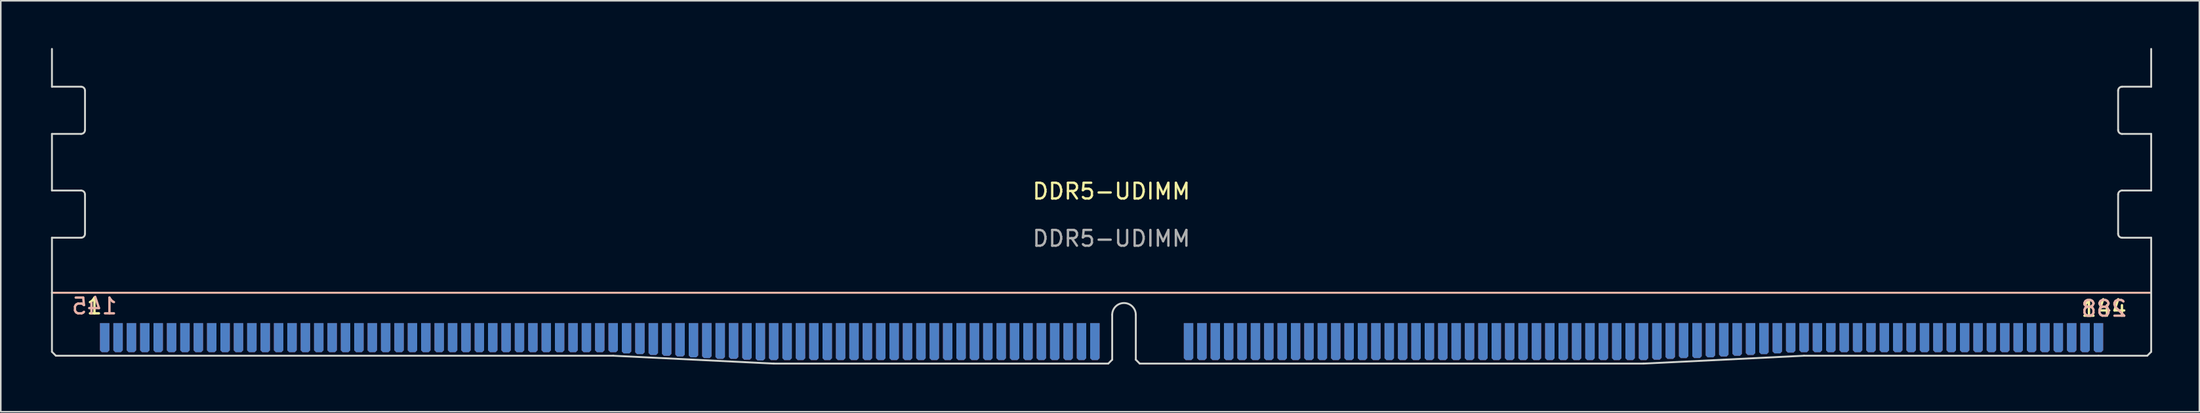
<source format=kicad_pcb>
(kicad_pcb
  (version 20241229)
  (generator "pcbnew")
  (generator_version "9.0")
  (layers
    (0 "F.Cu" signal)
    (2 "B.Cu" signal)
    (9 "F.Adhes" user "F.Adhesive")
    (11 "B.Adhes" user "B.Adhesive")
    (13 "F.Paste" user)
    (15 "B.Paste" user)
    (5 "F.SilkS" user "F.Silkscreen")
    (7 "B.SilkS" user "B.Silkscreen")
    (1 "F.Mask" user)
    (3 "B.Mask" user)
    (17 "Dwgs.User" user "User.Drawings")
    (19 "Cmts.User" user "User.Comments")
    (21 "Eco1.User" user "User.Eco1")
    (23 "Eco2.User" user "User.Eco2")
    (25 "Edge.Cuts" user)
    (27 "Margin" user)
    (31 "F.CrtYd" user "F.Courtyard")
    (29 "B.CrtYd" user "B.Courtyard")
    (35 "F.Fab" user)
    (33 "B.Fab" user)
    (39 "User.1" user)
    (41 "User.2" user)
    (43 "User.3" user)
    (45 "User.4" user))
  (footprint "DDR5-UDIMM"
    (layer "F.Cu")
    (at 0.25 12.06)
    (property "Reference" "DDR5-UDIMM" (at 67.3 -2.95 0) (unlocked yes) (layer "F.SilkS") (effects (font (size 1 1) (thickness 0.15))))
    (fp_line (start 133.35 3.5) (end 0 3.5) (stroke (width 0.12) (type solid)) (layer "F.SilkS"))
    (fp_line (start 133.35 3.5) (end 0 3.5) (stroke (width 0.12) (type solid)) (layer "B.SilkS"))
    (fp_line (start 0 -9.6) (end 0 -12) (stroke (width 0.12) (type solid)) (layer "Edge.Cuts"))
    (fp_line (start 0 -6.6) (end 1.85 -6.6) (stroke (width 0.12) (type solid)) (layer "Edge.Cuts"))
    (fp_line (start 0 -3) (end 0 -6.6) (stroke (width 0.12) (type solid)) (layer "Edge.Cuts"))
    (fp_line (start 0 0) (end 0 7.25) (stroke (width 0.12) (type solid)) (layer "Edge.Cuts"))
    (fp_line (start 0 0) (end 1.85 0) (stroke (width 0.12) (type solid)) (layer "Edge.Cuts"))
    (fp_line (start 0.25 7.5) (end 0 7.25) (stroke (width 0.12) (type solid)) (layer "Edge.Cuts"))
    (fp_line (start 0.25 7.5) (end 35.65 7.5) (stroke (width 0.12) (type solid)) (layer "Edge.Cuts"))
    (fp_line (start 1.85 -9.6) (end 0 -9.6) (stroke (width 0.12) (type solid)) (layer "Edge.Cuts"))
    (fp_line (start 1.85 -3) (end 0 -3) (stroke (width 0.12) (type solid)) (layer "Edge.Cuts"))
    (fp_line (start 2.1 -6.85) (end 2.1 -9.35) (stroke (width 0.12) (type solid)) (layer "Edge.Cuts"))
    (fp_line (start 2.1 -0.25) (end 2.1 -2.75) (stroke (width 0.12) (type solid)) (layer "Edge.Cuts"))
    (fp_line (start 35.65 7.5) (end 45.85 8) (stroke (width 0.12) (type solid)) (layer "Edge.Cuts"))
    (fp_line (start 45.85 8) (end 67.1 8) (stroke (width 0.12) (type solid)) (layer "Edge.Cuts"))
    (fp_line (start 67.35 7.75) (end 67.1 8) (stroke (width 0.12) (type solid)) (layer "Edge.Cuts"))
    (fp_line (start 67.35 7.75) (end 67.35 4.9) (stroke (width 0.12) (type solid)) (layer "Edge.Cuts"))
    (fp_line (start 68.85 7.75) (end 68.85 4.9) (stroke (width 0.12) (type solid)) (layer "Edge.Cuts"))
    (fp_line (start 69.1 8) (end 68.85 7.75) (stroke (width 0.12) (type solid)) (layer "Edge.Cuts"))
    (fp_line (start 69.1 8) (end 101.1 8) (stroke (width 0.12) (type solid)) (layer "Edge.Cuts"))
    (fp_line (start 111.3 7.5) (end 101.1 8) (stroke (width 0.12) (type solid)) (layer "Edge.Cuts"))
    (fp_line (start 111.3 7.5) (end 130 7.5) (stroke (width 0.12) (type solid)) (layer "Edge.Cuts"))
    (fp_line (start 130 7.5) (end 133.1 7.5) (stroke (width 0.12) (type solid)) (layer "Edge.Cuts"))
    (fp_line (start 131.25 -6.85) (end 131.25 -9.35) (stroke (width 0.12) (type solid)) (layer "Edge.Cuts"))
    (fp_line (start 131.25 -0.25) (end 131.25 -2.75) (stroke (width 0.12) (type solid)) (layer "Edge.Cuts"))
    (fp_line (start 131.5 -9.6) (end 133.35 -9.6) (stroke (width 0.12) (type solid)) (layer "Edge.Cuts"))
    (fp_line (start 131.5 -3) (end 133.35 -3) (stroke (width 0.12) (type solid)) (layer "Edge.Cuts"))
    (fp_line (start 133.1 7.5) (end 133.35 7.25) (stroke (width 0.12) (type solid)) (layer "Edge.Cuts"))
    (fp_line (start 133.35 -9.6) (end 133.35 -12) (stroke (width 0.12) (type solid)) (layer "Edge.Cuts"))
    (fp_line (start 133.35 -6.6) (end 131.5 -6.6) (stroke (width 0.12) (type solid)) (layer "Edge.Cuts"))
    (fp_line (start 133.35 -3) (end 133.35 -6.6) (stroke (width 0.12) (type solid)) (layer "Edge.Cuts"))
    (fp_line (start 133.35 0) (end 131.5 0) (stroke (width 0.12) (type solid)) (layer "Edge.Cuts"))
    (fp_line (start 133.35 0) (end 133.35 7.25) (stroke (width 0.12) (type solid)) (layer "Edge.Cuts"))
    (fp_arc (start 1.85 -9.6) (mid 2.026777 -9.526777) (end 2.1 -9.35) (stroke (width 0.12) (type solid)) (layer "Edge.Cuts"))
    (fp_arc (start 1.85 -3) (mid 2.026777 -2.926777) (end 2.1 -2.75) (stroke (width 0.12) (type solid)) (layer "Edge.Cuts"))
    (fp_arc (start 2.1 -6.85) (mid 2.026777 -6.673223) (end 1.85 -6.6) (stroke (width 0.12) (type solid)) (layer "Edge.Cuts"))
    (fp_arc (start 2.1 -0.25) (mid 2.026777 -0.073223) (end 1.85 0) (stroke (width 0.12) (type solid)) (layer "Edge.Cuts"))
    (fp_arc (start 67.35 4.9) (mid 68.1 4.15) (end 68.85 4.9) (stroke (width 0.12) (type solid)) (layer "Edge.Cuts"))
    (fp_arc (start 131.25 -9.35) (mid 131.323223 -9.526777) (end 131.5 -9.6) (stroke (width 0.12) (type solid)) (layer "Edge.Cuts"))
    (fp_arc (start 131.25 -2.75) (mid 131.323223 -2.926777) (end 131.5 -3) (stroke (width 0.12) (type solid)) (layer "Edge.Cuts"))
    (fp_arc (start 131.5 -6.6) (mid 131.323223 -6.673223) (end 131.25 -6.85) (stroke (width 0.12) (type solid)) (layer "Edge.Cuts"))
    (fp_arc (start 131.5 0) (mid 131.323223 -0.073223) (end 131.25 -0.25) (stroke (width 0.12) (type solid)) (layer "Edge.Cuts"))
    (fp_text user "1" (at 2.7 4.35 0) (unlocked yes) (layer "F.SilkS") (effects (font (size 1 1) (thickness 0.15))))
    (fp_text user "144" (at 130.35 4.5 0) (unlocked yes) (layer "F.SilkS") (effects (font (size 1 1) (thickness 0.15))))
    (fp_text user "145" (at 2.7 4.35 0) (unlocked yes) (layer "B.SilkS") (effects (font (size 1 1) (thickness 0.15)) (justify mirror)))
    (fp_text user "288" (at 130.35 4.5 0) (unlocked yes) (layer "B.SilkS") (effects (font (size 1 1) (thickness 0.15)) (justify mirror)))
    (fp_text user "${REFERENCE}" (at 67.3 0.05 0) (unlocked yes) (layer "F.Fab") (effects (font (size 1 1) (thickness 0.15))))
    (pad "01" connect roundrect (at 3.35 6.35) (size 0.6 1.85) (layers "F.Cu" "F.Mask") (roundrect_rratio 0) (chamfer_ratio 0.2) (chamfer bottom_left bottom_right))
    (pad "02" connect roundrect (at 4.2 6.35) (size 0.6 1.85) (layers "F.Cu" "F.Mask") (roundrect_rratio 0) (chamfer_ratio 0.2) (chamfer bottom_left bottom_right))
    (pad "03" connect roundrect (at 5.05 6.35) (size 0.6 1.85) (layers "F.Cu" "F.Mask") (roundrect_rratio 0) (chamfer_ratio 0.2) (chamfer bottom_left bottom_right))
    (pad "04" connect roundrect (at 5.9 6.35) (size 0.6 1.85) (layers "F.Cu" "F.Mask") (roundrect_rratio 0) (chamfer_ratio 0.2) (chamfer bottom_left bottom_right))
    (pad "05" connect roundrect (at 6.75 6.35) (size 0.6 1.85) (layers "F.Cu" "F.Mask") (roundrect_rratio 0) (chamfer_ratio 0.2) (chamfer bottom_left bottom_right))
    (pad "06" connect roundrect (at 7.6 6.35) (size 0.6 1.85) (layers "F.Cu" "F.Mask") (roundrect_rratio 0) (chamfer_ratio 0.2) (chamfer bottom_left bottom_right))
    (pad "07" connect roundrect (at 8.45 6.35) (size 0.6 1.85) (layers "F.Cu" "F.Mask") (roundrect_rratio 0) (chamfer_ratio 0.2) (chamfer bottom_left bottom_right))
    (pad "08" connect roundrect (at 9.3 6.35) (size 0.6 1.85) (layers "F.Cu" "F.Mask") (roundrect_rratio 0) (chamfer_ratio 0.2) (chamfer bottom_left bottom_right))
    (pad "09" connect roundrect (at 10.15 6.35) (size 0.6 1.85) (layers "F.Cu" "F.Mask") (roundrect_rratio 0) (chamfer_ratio 0.2) (chamfer bottom_left bottom_right))
    (pad "10" connect roundrect (at 11 6.35) (size 0.6 1.85) (layers "F.Cu" "F.Mask") (roundrect_rratio 0) (chamfer_ratio 0.2) (chamfer bottom_left bottom_right))
    (pad "11" connect roundrect (at 11.85 6.35) (size 0.6 1.85) (layers "F.Cu" "F.Mask") (roundrect_rratio 0) (chamfer_ratio 0.2) (chamfer bottom_left bottom_right))
    (pad "12" connect roundrect (at 12.7 6.35) (size 0.6 1.85) (layers "F.Cu" "F.Mask") (roundrect_rratio 0) (chamfer_ratio 0.2) (chamfer bottom_left bottom_right))
    (pad "13" connect roundrect (at 13.55 6.35) (size 0.6 1.85) (layers "F.Cu" "F.Mask") (roundrect_rratio 0) (chamfer_ratio 0.2) (chamfer bottom_left bottom_right))
    (pad "14" connect roundrect (at 14.4 6.35) (size 0.6 1.85) (layers "F.Cu" "F.Mask") (roundrect_rratio 0) (chamfer_ratio 0.2) (chamfer bottom_left bottom_right))
    (pad "15" connect roundrect (at 15.25 6.35) (size 0.6 1.85) (layers "F.Cu" "F.Mask") (roundrect_rratio 0) (chamfer_ratio 0.2) (chamfer bottom_left bottom_right))
    (pad "16" connect roundrect (at 16.1 6.35) (size 0.6 1.85) (layers "F.Cu" "F.Mask") (roundrect_rratio 0) (chamfer_ratio 0.2) (chamfer bottom_left bottom_right))
    (pad "17" connect roundrect (at 16.95 6.35) (size 0.6 1.85) (layers "F.Cu" "F.Mask") (roundrect_rratio 0) (chamfer_ratio 0.2) (chamfer bottom_left bottom_right))
    (pad "18" connect roundrect (at 17.8 6.35) (size 0.6 1.85) (layers "F.Cu" "F.Mask") (roundrect_rratio 0) (chamfer_ratio 0.2) (chamfer bottom_left bottom_right))
    (pad "19" connect roundrect (at 18.65 6.35) (size 0.6 1.85) (layers "F.Cu" "F.Mask") (roundrect_rratio 0) (chamfer_ratio 0.2) (chamfer bottom_left bottom_right))
    (pad "20" connect roundrect (at 19.5 6.35) (size 0.6 1.85) (layers "F.Cu" "F.Mask") (roundrect_rratio 0) (chamfer_ratio 0.2) (chamfer bottom_left bottom_right))
    (pad "21" connect roundrect (at 20.35 6.35) (size 0.6 1.85) (layers "F.Cu" "F.Mask") (roundrect_rratio 0) (chamfer_ratio 0.2) (chamfer bottom_left bottom_right))
    (pad "22" connect roundrect (at 21.2 6.35) (size 0.6 1.85) (layers "F.Cu" "F.Mask") (roundrect_rratio 0) (chamfer_ratio 0.2) (chamfer bottom_left bottom_right))
    (pad "23" connect roundrect (at 22.05 6.35) (size 0.6 1.85) (layers "F.Cu" "F.Mask") (roundrect_rratio 0) (chamfer_ratio 0.2) (chamfer bottom_left bottom_right))
    (pad "24" connect roundrect (at 22.9 6.35) (size 0.6 1.85) (layers "F.Cu" "F.Mask") (roundrect_rratio 0) (chamfer_ratio 0.2) (chamfer bottom_left bottom_right))
    (pad "25" connect roundrect (at 23.75 6.35) (size 0.6 1.85) (layers "F.Cu" "F.Mask") (roundrect_rratio 0) (chamfer_ratio 0.2) (chamfer bottom_left bottom_right))
    (pad "26" connect roundrect (at 24.6 6.35) (size 0.6 1.85) (layers "F.Cu" "F.Mask") (roundrect_rratio 0) (chamfer_ratio 0.2) (chamfer bottom_left bottom_right))
    (pad "27" connect roundrect (at 25.45 6.35) (size 0.6 1.85) (layers "F.Cu" "F.Mask") (roundrect_rratio 0) (chamfer_ratio 0.2) (chamfer bottom_left bottom_right))
    (pad "28" connect roundrect (at 26.3 6.35) (size 0.6 1.85) (layers "F.Cu" "F.Mask") (roundrect_rratio 0) (chamfer_ratio 0.2) (chamfer bottom_left bottom_right))
    (pad "29" connect roundrect (at 27.15 6.35) (size 0.6 1.85) (layers "F.Cu" "F.Mask") (roundrect_rratio 0) (chamfer_ratio 0.2) (chamfer bottom_left bottom_right))
    (pad "30" connect roundrect (at 28 6.35) (size 0.6 1.85) (layers "F.Cu" "F.Mask") (roundrect_rratio 0) (chamfer_ratio 0.2) (chamfer bottom_left bottom_right))
    (pad "31" connect roundrect (at 28.85 6.35) (size 0.6 1.85) (layers "F.Cu" "F.Mask") (roundrect_rratio 0) (chamfer_ratio 0.2) (chamfer bottom_left bottom_right))
    (pad "32" connect roundrect (at 29.7 6.35) (size 0.6 1.85) (layers "F.Cu" "F.Mask") (roundrect_rratio 0) (chamfer_ratio 0.2) (chamfer bottom_left bottom_right))
    (pad "33" connect roundrect (at 30.55 6.35) (size 0.6 1.85) (layers "F.Cu" "F.Mask") (roundrect_rratio 0) (chamfer_ratio 0.2) (chamfer bottom_left bottom_right))
    (pad "34" connect roundrect (at 31.4 6.35) (size 0.6 1.85) (layers "F.Cu" "F.Mask") (roundrect_rratio 0) (chamfer_ratio 0.2) (chamfer bottom_left bottom_right))
    (pad "35" connect roundrect (at 32.25 6.35) (size 0.6 1.85) (layers "F.Cu" "F.Mask") (roundrect_rratio 0) (chamfer_ratio 0.2) (chamfer bottom_left bottom_right))
    (pad "36" connect roundrect (at 33.1 6.35) (size 0.6 1.85) (layers "F.Cu" "F.Mask") (roundrect_rratio 0) (chamfer_ratio 0.2) (chamfer bottom_left bottom_right))
    (pad "37" connect roundrect (at 33.95 6.35) (size 0.6 1.85) (layers "F.Cu" "F.Mask") (roundrect_rratio 0) (chamfer_ratio 0.2) (chamfer bottom_left bottom_right))
    (pad "38" connect roundrect (at 34.8 6.35) (size 0.6 1.85) (layers "F.Cu" "F.Mask") (roundrect_rratio 0) (chamfer_ratio 0.2) (chamfer bottom_left bottom_right))
    (pad "39" connect roundrect (at 35.65 6.35) (size 0.6 1.85) (layers "F.Cu" "F.Mask") (roundrect_rratio 0) (chamfer_ratio 0.2) (chamfer bottom_left bottom_right))
    (pad "40" connect roundrect (at 36.5 6.388) (size 0.6 1.925) (layers "F.Cu" "F.Mask") (roundrect_rratio 0) (chamfer_ratio 0.2) (chamfer bottom_left bottom_right))
    (pad "41" connect roundrect (at 37.35 6.412) (size 0.6 1.975) (layers "F.Cu" "F.Mask") (roundrect_rratio 0) (chamfer_ratio 0.2) (chamfer bottom_left bottom_right))
    (pad "42" connect roundrect (at 38.2 6.438) (size 0.6 2.025) (layers "F.Cu" "F.Mask") (roundrect_rratio 0) (chamfer_ratio 0.2) (chamfer bottom_left bottom_right))
    (pad "43" connect roundrect (at 39.05 6.463) (size 0.6 2.075) (layers "F.Cu" "F.Mask") (roundrect_rratio 0) (chamfer_ratio 0.2) (chamfer bottom_left bottom_right))
    (pad "44" connect roundrect (at 39.9 6.487) (size 0.6 2.125) (layers "F.Cu" "F.Mask") (roundrect_rratio 0) (chamfer_ratio 0.2) (chamfer bottom_left bottom_right))
    (pad "45" connect roundrect (at 40.75 6.513) (size 0.6 2.175) (layers "F.Cu" "F.Mask") (roundrect_rratio 0) (chamfer_ratio 0.2) (chamfer bottom_left bottom_right))
    (pad "46" connect roundrect (at 41.6 6.537) (size 0.6 2.225) (layers "F.Cu" "F.Mask") (roundrect_rratio 0) (chamfer_ratio 0.2) (chamfer bottom_left bottom_right))
    (pad "47" connect roundrect (at 42.45 6.562) (size 0.6 2.275) (layers "F.Cu" "F.Mask") (roundrect_rratio 0) (chamfer_ratio 0.2) (chamfer bottom_left bottom_right))
    (pad "48" connect roundrect (at 43.3 6.562) (size 0.6 2.275) (layers "F.Cu" "F.Mask") (roundrect_rratio 0) (chamfer_ratio 0.2) (chamfer bottom_left bottom_right))
    (pad "49" connect roundrect (at 44.15 6.588) (size 0.6 2.325) (layers "F.Cu" "F.Mask") (roundrect_rratio 0) (chamfer_ratio 0.2) (chamfer bottom_left bottom_right))
    (pad "50" connect roundrect (at 45 6.612) (size 0.6 2.375) (layers "F.Cu" "F.Mask") (roundrect_rratio 0) (chamfer_ratio 0.2) (chamfer bottom_left bottom_right))
    (pad "51" connect roundrect (at 45.85 6.6) (size 0.6 2.35) (layers "F.Cu" "F.Mask") (roundrect_rratio 0) (chamfer_ratio 0.2) (chamfer bottom_left bottom_right))
    (pad "52" connect roundrect (at 46.7 6.6) (size 0.6 2.35) (layers "F.Cu" "F.Mask") (roundrect_rratio 0) (chamfer_ratio 0.2) (chamfer bottom_left bottom_right))
    (pad "53" connect roundrect (at 47.55 6.6) (size 0.6 2.35) (layers "F.Cu" "F.Mask") (roundrect_rratio 0) (chamfer_ratio 0.2) (chamfer bottom_left bottom_right))
    (pad "54" connect roundrect (at 48.4 6.6) (size 0.6 2.35) (layers "F.Cu" "F.Mask") (roundrect_rratio 0) (chamfer_ratio 0.2) (chamfer bottom_left bottom_right))
    (pad "55" connect roundrect (at 49.25 6.6) (size 0.6 2.35) (layers "F.Cu" "F.Mask") (roundrect_rratio 0) (chamfer_ratio 0.2) (chamfer bottom_left bottom_right))
    (pad "56" connect roundrect (at 50.1 6.6) (size 0.6 2.35) (layers "F.Cu" "F.Mask") (roundrect_rratio 0) (chamfer_ratio 0.2) (chamfer bottom_left bottom_right))
    (pad "57" connect roundrect (at 50.95 6.6) (size 0.6 2.35) (layers "F.Cu" "F.Mask") (roundrect_rratio 0) (chamfer_ratio 0.2) (chamfer bottom_left bottom_right))
    (pad "58" connect roundrect (at 51.8 6.6) (size 0.6 2.35) (layers "F.Cu" "F.Mask") (roundrect_rratio 0) (chamfer_ratio 0.2) (chamfer bottom_left bottom_right))
    (pad "59" connect roundrect (at 52.65 6.6) (size 0.6 2.35) (layers "F.Cu" "F.Mask") (roundrect_rratio 0) (chamfer_ratio 0.2) (chamfer bottom_left bottom_right))
    (pad "60" connect roundrect (at 53.5 6.6) (size 0.6 2.35) (layers "F.Cu" "F.Mask") (roundrect_rratio 0) (chamfer_ratio 0.2) (chamfer bottom_left bottom_right))
    (pad "61" connect roundrect (at 54.35 6.6) (size 0.6 2.35) (layers "F.Cu" "F.Mask") (roundrect_rratio 0) (chamfer_ratio 0.2) (chamfer bottom_left bottom_right))
    (pad "62" connect roundrect (at 55.2 6.6) (size 0.6 2.35) (layers "F.Cu" "F.Mask") (roundrect_rratio 0) (chamfer_ratio 0.2) (chamfer bottom_left bottom_right))
    (pad "63" connect roundrect (at 56.05 6.6) (size 0.6 2.35) (layers "F.Cu" "F.Mask") (roundrect_rratio 0) (chamfer_ratio 0.2) (chamfer bottom_left bottom_right))
    (pad "64" connect roundrect (at 56.9 6.6) (size 0.6 2.35) (layers "F.Cu" "F.Mask") (roundrect_rratio 0) (chamfer_ratio 0.2) (chamfer bottom_left bottom_right))
    (pad "65" connect roundrect (at 57.75 6.6) (size 0.6 2.35) (layers "F.Cu" "F.Mask") (roundrect_rratio 0) (chamfer_ratio 0.2) (chamfer bottom_left bottom_right))
    (pad "66" connect roundrect (at 58.6 6.6) (size 0.6 2.35) (layers "F.Cu" "F.Mask") (roundrect_rratio 0) (chamfer_ratio 0.2) (chamfer bottom_left bottom_right))
    (pad "67" connect roundrect (at 59.45 6.6) (size 0.6 2.35) (layers "F.Cu" "F.Mask") (roundrect_rratio 0) (chamfer_ratio 0.2) (chamfer bottom_left bottom_right))
    (pad "68" connect roundrect (at 60.3 6.6) (size 0.6 2.35) (layers "F.Cu" "F.Mask") (roundrect_rratio 0) (chamfer_ratio 0.2) (chamfer bottom_left bottom_right))
    (pad "69" connect roundrect (at 61.15 6.6) (size 0.6 2.35) (layers "F.Cu" "F.Mask") (roundrect_rratio 0) (chamfer_ratio 0.2) (chamfer bottom_left bottom_right))
    (pad "70" connect roundrect (at 62 6.6) (size 0.6 2.35) (layers "F.Cu" "F.Mask") (roundrect_rratio 0) (chamfer_ratio 0.2) (chamfer bottom_left bottom_right))
    (pad "71" connect roundrect (at 62.85 6.6) (size 0.6 2.35) (layers "F.Cu" "F.Mask") (roundrect_rratio 0) (chamfer_ratio 0.2) (chamfer bottom_left bottom_right))
    (pad "72" connect roundrect (at 63.7 6.6) (size 0.6 2.35) (layers "F.Cu" "F.Mask") (roundrect_rratio 0) (chamfer_ratio 0.2) (chamfer bottom_left bottom_right))
    (pad "73" connect roundrect (at 64.55 6.6) (size 0.6 2.35) (layers "F.Cu" "F.Mask") (roundrect_rratio 0) (chamfer_ratio 0.2) (chamfer bottom_left bottom_right))
    (pad "74" connect roundrect (at 65.4 6.6) (size 0.6 2.35) (layers "F.Cu" "F.Mask") (roundrect_rratio 0) (chamfer_ratio 0.2) (chamfer bottom_left bottom_right))
    (pad "75" connect roundrect (at 66.25 6.6) (size 0.6 2.35) (layers "F.Cu" "F.Mask") (roundrect_rratio 0) (chamfer_ratio 0.2) (chamfer bottom_left bottom_right))
    (pad "76" connect roundrect (at 72.2 6.6) (size 0.6 2.35) (layers "F.Cu" "F.Mask") (roundrect_rratio 0) (chamfer_ratio 0.2) (chamfer bottom_left bottom_right))
    (pad "77" connect roundrect (at 73.05 6.6) (size 0.6 2.35) (layers "F.Cu" "F.Mask") (roundrect_rratio 0) (chamfer_ratio 0.2) (chamfer bottom_left bottom_right))
    (pad "78" connect roundrect (at 73.9 6.6) (size 0.6 2.35) (layers "F.Cu" "F.Mask") (roundrect_rratio 0) (chamfer_ratio 0.2) (chamfer bottom_left bottom_right))
    (pad "79" connect roundrect (at 74.75 6.6) (size 0.6 2.35) (layers "F.Cu" "F.Mask") (roundrect_rratio 0) (chamfer_ratio 0.2) (chamfer bottom_left bottom_right))
    (pad "80" connect roundrect (at 75.6 6.6) (size 0.6 2.35) (layers "F.Cu" "F.Mask") (roundrect_rratio 0) (chamfer_ratio 0.2) (chamfer bottom_left bottom_right))
    (pad "81" connect roundrect (at 76.45 6.6) (size 0.6 2.35) (layers "F.Cu" "F.Mask") (roundrect_rratio 0) (chamfer_ratio 0.2) (chamfer bottom_left bottom_right))
    (pad "82" connect roundrect (at 77.3 6.6) (size 0.6 2.35) (layers "F.Cu" "F.Mask") (roundrect_rratio 0) (chamfer_ratio 0.2) (chamfer bottom_left bottom_right))
    (pad "83" connect roundrect (at 78.15 6.6) (size 0.6 2.35) (layers "F.Cu" "F.Mask") (roundrect_rratio 0) (chamfer_ratio 0.2) (chamfer bottom_left bottom_right))
    (pad "84" connect roundrect (at 79 6.6) (size 0.6 2.35) (layers "F.Cu" "F.Mask") (roundrect_rratio 0) (chamfer_ratio 0.2) (chamfer bottom_left bottom_right))
    (pad "85" connect roundrect (at 79.85 6.6) (size 0.6 2.35) (layers "F.Cu" "F.Mask") (roundrect_rratio 0) (chamfer_ratio 0.2) (chamfer bottom_left bottom_right))
    (pad "86" connect roundrect (at 80.7 6.6) (size 0.6 2.35) (layers "F.Cu" "F.Mask") (roundrect_rratio 0) (chamfer_ratio 0.2) (chamfer bottom_left bottom_right))
    (pad "87" connect roundrect (at 81.55 6.6) (size 0.6 2.35) (layers "F.Cu" "F.Mask") (roundrect_rratio 0) (chamfer_ratio 0.2) (chamfer bottom_left bottom_right))
    (pad "88" connect roundrect (at 82.4 6.6) (size 0.6 2.35) (layers "F.Cu" "F.Mask") (roundrect_rratio 0) (chamfer_ratio 0.2) (chamfer bottom_left bottom_right))
    (pad "89" connect roundrect (at 83.25 6.6) (size 0.6 2.35) (layers "F.Cu" "F.Mask") (roundrect_rratio 0) (chamfer_ratio 0.2) (chamfer bottom_left bottom_right))
    (pad "90" connect roundrect (at 84.1 6.6) (size 0.6 2.35) (layers "F.Cu" "F.Mask") (roundrect_rratio 0) (chamfer_ratio 0.2) (chamfer bottom_left bottom_right))
    (pad "91" connect roundrect (at 84.95 6.6) (size 0.6 2.35) (layers "F.Cu" "F.Mask") (roundrect_rratio 0) (chamfer_ratio 0.2) (chamfer bottom_left bottom_right))
    (pad "92" connect roundrect (at 85.8 6.6) (size 0.6 2.35) (layers "F.Cu" "F.Mask") (roundrect_rratio 0) (chamfer_ratio 0.2) (chamfer bottom_left bottom_right))
    (pad "93" connect roundrect (at 86.65 6.6) (size 0.6 2.35) (layers "F.Cu" "F.Mask") (roundrect_rratio 0) (chamfer_ratio 0.2) (chamfer bottom_left bottom_right))
    (pad "94" connect roundrect (at 87.5 6.6) (size 0.6 2.35) (layers "F.Cu" "F.Mask") (roundrect_rratio 0) (chamfer_ratio 0.2) (chamfer bottom_left bottom_right))
    (pad "95" connect roundrect (at 88.35 6.6) (size 0.6 2.35) (layers "F.Cu" "F.Mask") (roundrect_rratio 0) (chamfer_ratio 0.2) (chamfer bottom_left bottom_right))
    (pad "96" connect roundrect (at 89.2 6.6) (size 0.6 2.35) (layers "F.Cu" "F.Mask") (roundrect_rratio 0) (chamfer_ratio 0.2) (chamfer bottom_left bottom_right))
    (pad "97" connect roundrect (at 90.05 6.6) (size 0.6 2.35) (layers "F.Cu" "F.Mask") (roundrect_rratio 0) (chamfer_ratio 0.2) (chamfer bottom_left bottom_right))
    (pad "98" connect roundrect (at 90.9 6.6) (size 0.6 2.35) (layers "F.Cu" "F.Mask") (roundrect_rratio 0) (chamfer_ratio 0.2) (chamfer bottom_left bottom_right))
    (pad "99" connect roundrect (at 91.75 6.6) (size 0.6 2.35) (layers "F.Cu" "F.Mask") (roundrect_rratio 0) (chamfer_ratio 0.2) (chamfer bottom_left bottom_right))
    (pad "100" connect roundrect (at 92.6 6.6) (size 0.6 2.35) (layers "F.Cu" "F.Mask") (roundrect_rratio 0) (chamfer_ratio 0.2) (chamfer bottom_left bottom_right))
    (pad "101" connect roundrect (at 93.45 6.6) (size 0.6 2.35) (layers "F.Cu" "F.Mask") (roundrect_rratio 0) (chamfer_ratio 0.2) (chamfer bottom_left bottom_right))
    (pad "102" connect roundrect (at 94.3 6.6) (size 0.6 2.35) (layers "F.Cu" "F.Mask") (roundrect_rratio 0) (chamfer_ratio 0.2) (chamfer bottom_left bottom_right))
    (pad "103" connect roundrect (at 95.15 6.6) (size 0.6 2.35) (layers "F.Cu" "F.Mask") (roundrect_rratio 0) (chamfer_ratio 0.2) (chamfer bottom_left bottom_right))
    (pad "104" connect roundrect (at 96 6.6) (size 0.6 2.35) (layers "F.Cu" "F.Mask") (roundrect_rratio 0) (chamfer_ratio 0.2) (chamfer bottom_left bottom_right))
    (pad "105" connect roundrect (at 96.85 6.6) (size 0.6 2.35) (layers "F.Cu" "F.Mask") (roundrect_rratio 0) (chamfer_ratio 0.2) (chamfer bottom_left bottom_right))
    (pad "106" connect roundrect (at 97.7 6.6) (size 0.6 2.35) (layers "F.Cu" "F.Mask") (roundrect_rratio 0) (chamfer_ratio 0.2) (chamfer bottom_left bottom_right))
    (pad "107" connect roundrect (at 98.55 6.6) (size 0.6 2.35) (layers "F.Cu" "F.Mask") (roundrect_rratio 0) (chamfer_ratio 0.2) (chamfer bottom_left bottom_right))
    (pad "108" connect roundrect (at 99.4 6.6) (size 0.6 2.35) (layers "F.Cu" "F.Mask") (roundrect_rratio 0) (chamfer_ratio 0.2) (chamfer bottom_left bottom_right))
    (pad "109" connect roundrect (at 100.25 6.6) (size 0.6 2.35) (layers "F.Cu" "F.Mask") (roundrect_rratio 0) (chamfer_ratio 0.2) (chamfer bottom_left bottom_right))
    (pad "110" connect roundrect (at 101.1 6.6) (size 0.6 2.35) (layers "F.Cu" "F.Mask") (roundrect_rratio 0) (chamfer_ratio 0.2) (chamfer bottom_left bottom_right))
    (pad "111" connect roundrect (at 101.95 6.588) (size 0.6 2.325) (layers "F.Cu" "F.Mask") (roundrect_rratio 0) (chamfer_ratio 0.2) (chamfer bottom_left bottom_right))
    (pad "112" connect roundrect (at 102.8 6.562) (size 0.6 2.275) (layers "F.Cu" "F.Mask") (roundrect_rratio 0) (chamfer_ratio 0.2) (chamfer bottom_left bottom_right))
    (pad "113" connect roundrect (at 103.65 6.537) (size 0.6 2.225) (layers "F.Cu" "F.Mask") (roundrect_rratio 0) (chamfer_ratio 0.2) (chamfer bottom_left bottom_right))
    (pad "114" connect roundrect (at 104.5 6.537) (size 0.6 2.225) (layers "F.Cu" "F.Mask") (roundrect_rratio 0) (chamfer_ratio 0.2) (chamfer bottom_left bottom_right))
    (pad "115" connect roundrect (at 105.35 6.513) (size 0.6 2.175) (layers "F.Cu" "F.Mask") (roundrect_rratio 0) (chamfer_ratio 0.2) (chamfer bottom_left bottom_right))
    (pad "116" connect roundrect (at 106.2 6.487) (size 0.6 2.125) (layers "F.Cu" "F.Mask") (roundrect_rratio 0) (chamfer_ratio 0.2) (chamfer bottom_left bottom_right))
    (pad "117" connect roundrect (at 107.05 6.463) (size 0.6 2.075) (layers "F.Cu" "F.Mask") (roundrect_rratio 0) (chamfer_ratio 0.2) (chamfer bottom_left bottom_right))
    (pad "118" connect roundrect (at 107.9 6.438) (size 0.6 2.025) (layers "F.Cu" "F.Mask") (roundrect_rratio 0) (chamfer_ratio 0.2) (chamfer bottom_left bottom_right))
    (pad "119" connect roundrect (at 108.75 6.412) (size 0.6 1.975) (layers "F.Cu" "F.Mask") (roundrect_rratio 0) (chamfer_ratio 0.2) (chamfer bottom_left bottom_right))
    (pad "120" connect roundrect (at 109.6 6.388) (size 0.6 1.925) (layers "F.Cu" "F.Mask") (roundrect_rratio 0) (chamfer_ratio 0.2) (chamfer bottom_left bottom_right))
    (pad "121" connect roundrect (at 110.45 6.362) (size 0.6 1.875) (layers "F.Cu" "F.Mask") (roundrect_rratio 0) (chamfer_ratio 0.2) (chamfer bottom_left bottom_right))
    (pad "122" connect roundrect (at 111.3 6.35) (size 0.6 1.85) (layers "F.Cu" "F.Mask") (roundrect_rratio 0) (chamfer_ratio 0.2) (chamfer bottom_left bottom_right))
    (pad "123" connect roundrect (at 112.15 6.35) (size 0.6 1.85) (layers "F.Cu" "F.Mask") (roundrect_rratio 0) (chamfer_ratio 0.2) (chamfer bottom_left bottom_right))
    (pad "124" connect roundrect (at 113 6.35) (size 0.6 1.85) (layers "F.Cu" "F.Mask") (roundrect_rratio 0) (chamfer_ratio 0.2) (chamfer bottom_left bottom_right))
    (pad "125" connect roundrect (at 113.85 6.35) (size 0.6 1.85) (layers "F.Cu" "F.Mask") (roundrect_rratio 0) (chamfer_ratio 0.2) (chamfer bottom_left bottom_right))
    (pad "126" connect roundrect (at 114.7 6.35) (size 0.6 1.85) (layers "F.Cu" "F.Mask") (roundrect_rratio 0) (chamfer_ratio 0.2) (chamfer bottom_left bottom_right))
    (pad "127" connect roundrect (at 115.55 6.35) (size 0.6 1.85) (layers "F.Cu" "F.Mask") (roundrect_rratio 0) (chamfer_ratio 0.2) (chamfer bottom_left bottom_right))
    (pad "128" connect roundrect (at 116.4 6.35) (size 0.6 1.85) (layers "F.Cu" "F.Mask") (roundrect_rratio 0) (chamfer_ratio 0.2) (chamfer bottom_left bottom_right))
    (pad "129" connect roundrect (at 117.25 6.35) (size 0.6 1.85) (layers "F.Cu" "F.Mask") (roundrect_rratio 0) (chamfer_ratio 0.2) (chamfer bottom_left bottom_right))
    (pad "130" connect roundrect (at 118.1 6.35) (size 0.6 1.85) (layers "F.Cu" "F.Mask") (roundrect_rratio 0) (chamfer_ratio 0.2) (chamfer bottom_left bottom_right))
    (pad "131" connect roundrect (at 118.95 6.35) (size 0.6 1.85) (layers "F.Cu" "F.Mask") (roundrect_rratio 0) (chamfer_ratio 0.2) (chamfer bottom_left bottom_right))
    (pad "132" connect roundrect (at 119.8 6.35) (size 0.6 1.85) (layers "F.Cu" "F.Mask") (roundrect_rratio 0) (chamfer_ratio 0.2) (chamfer bottom_left bottom_right))
    (pad "133" connect roundrect (at 120.65 6.35) (size 0.6 1.85) (layers "F.Cu" "F.Mask") (roundrect_rratio 0) (chamfer_ratio 0.2) (chamfer bottom_left bottom_right))
    (pad "134" connect roundrect (at 121.5 6.35) (size 0.6 1.85) (layers "F.Cu" "F.Mask") (roundrect_rratio 0) (chamfer_ratio 0.2) (chamfer bottom_left bottom_right))
    (pad "135" connect roundrect (at 122.35 6.35) (size 0.6 1.85) (layers "F.Cu" "F.Mask") (roundrect_rratio 0) (chamfer_ratio 0.2) (chamfer bottom_left bottom_right))
    (pad "136" connect roundrect (at 123.2 6.35) (size 0.6 1.85) (layers "F.Cu" "F.Mask") (roundrect_rratio 0) (chamfer_ratio 0.2) (chamfer bottom_left bottom_right))
    (pad "137" connect roundrect (at 124.05 6.35) (size 0.6 1.85) (layers "F.Cu" "F.Mask") (roundrect_rratio 0) (chamfer_ratio 0.2) (chamfer bottom_left bottom_right))
    (pad "138" connect roundrect (at 124.9 6.35) (size 0.6 1.85) (layers "F.Cu" "F.Mask") (roundrect_rratio 0) (chamfer_ratio 0.2) (chamfer bottom_left bottom_right))
    (pad "139" connect roundrect (at 125.75 6.35) (size 0.6 1.85) (layers "F.Cu" "F.Mask") (roundrect_rratio 0) (chamfer_ratio 0.2) (chamfer bottom_left bottom_right))
    (pad "140" connect roundrect (at 126.6 6.35) (size 0.6 1.85) (layers "F.Cu" "F.Mask") (roundrect_rratio 0) (chamfer_ratio 0.2) (chamfer bottom_left bottom_right))
    (pad "141" connect roundrect (at 127.45 6.35) (size 0.6 1.85) (layers "F.Cu" "F.Mask") (roundrect_rratio 0) (chamfer_ratio 0.2) (chamfer bottom_left bottom_right))
    (pad "142" connect roundrect (at 128.3 6.35) (size 0.6 1.85) (layers "F.Cu" "F.Mask") (roundrect_rratio 0) (chamfer_ratio 0.2) (chamfer bottom_left bottom_right))
    (pad "143" connect roundrect (at 129.15 6.35) (size 0.6 1.85) (layers "F.Cu" "F.Mask") (roundrect_rratio 0) (chamfer_ratio 0.2) (chamfer bottom_left bottom_right))
    (pad "144" connect roundrect (at 130 6.35) (size 0.6 1.85) (layers "F.Cu" "F.Mask") (roundrect_rratio 0) (chamfer_ratio 0.2) (chamfer bottom_left bottom_right))
    (pad "145" connect roundrect (at 3.35 6.35) (size 0.6 1.85) (layers "B.Cu" "B.Mask") (roundrect_rratio 0) (chamfer_ratio 0.2) (chamfer bottom_left bottom_right))
    (pad "146" connect roundrect (at 4.2 6.35) (size 0.6 1.85) (layers "B.Cu" "B.Mask") (roundrect_rratio 0) (chamfer_ratio 0.2) (chamfer bottom_left bottom_right))
    (pad "147" connect roundrect (at 5.05 6.35) (size 0.6 1.85) (layers "B.Cu" "B.Mask") (roundrect_rratio 0) (chamfer_ratio 0.2) (chamfer bottom_left bottom_right))
    (pad "148" connect roundrect (at 5.9 6.35) (size 0.6 1.85) (layers "B.Cu" "B.Mask") (roundrect_rratio 0) (chamfer_ratio 0.2) (chamfer bottom_left bottom_right))
    (pad "149" connect roundrect (at 6.75 6.35) (size 0.6 1.85) (layers "B.Cu" "B.Mask") (roundrect_rratio 0) (chamfer_ratio 0.2) (chamfer bottom_left bottom_right))
    (pad "150" connect roundrect (at 7.6 6.35) (size 0.6 1.85) (layers "B.Cu" "B.Mask") (roundrect_rratio 0) (chamfer_ratio 0.2) (chamfer bottom_left bottom_right))
    (pad "151" connect roundrect (at 8.45 6.35) (size 0.6 1.85) (layers "B.Cu" "B.Mask") (roundrect_rratio 0) (chamfer_ratio 0.2) (chamfer bottom_left bottom_right))
    (pad "152" connect roundrect (at 9.3 6.35) (size 0.6 1.85) (layers "B.Cu" "B.Mask") (roundrect_rratio 0) (chamfer_ratio 0.2) (chamfer bottom_left bottom_right))
    (pad "153" connect roundrect (at 10.15 6.35) (size 0.6 1.85) (layers "B.Cu" "B.Mask") (roundrect_rratio 0) (chamfer_ratio 0.2) (chamfer bottom_left bottom_right))
    (pad "154" connect roundrect (at 11 6.35) (size 0.6 1.85) (layers "B.Cu" "B.Mask") (roundrect_rratio 0) (chamfer_ratio 0.2) (chamfer bottom_left bottom_right))
    (pad "155" connect roundrect (at 11.85 6.35) (size 0.6 1.85) (layers "B.Cu" "B.Mask") (roundrect_rratio 0) (chamfer_ratio 0.2) (chamfer bottom_left bottom_right))
    (pad "156" connect roundrect (at 12.7 6.35) (size 0.6 1.85) (layers "B.Cu" "B.Mask") (roundrect_rratio 0) (chamfer_ratio 0.2) (chamfer bottom_left bottom_right))
    (pad "157" connect roundrect (at 13.55 6.35) (size 0.6 1.85) (layers "B.Cu" "B.Mask") (roundrect_rratio 0) (chamfer_ratio 0.2) (chamfer bottom_left bottom_right))
    (pad "158" connect roundrect (at 14.4 6.35) (size 0.6 1.85) (layers "B.Cu" "B.Mask") (roundrect_rratio 0) (chamfer_ratio 0.2) (chamfer bottom_left bottom_right))
    (pad "159" connect roundrect (at 15.25 6.35) (size 0.6 1.85) (layers "B.Cu" "B.Mask") (roundrect_rratio 0) (chamfer_ratio 0.2) (chamfer bottom_left bottom_right))
    (pad "160" connect roundrect (at 16.1 6.35) (size 0.6 1.85) (layers "B.Cu" "B.Mask") (roundrect_rratio 0) (chamfer_ratio 0.2) (chamfer bottom_left bottom_right))
    (pad "161" connect roundrect (at 16.95 6.35) (size 0.6 1.85) (layers "B.Cu" "B.Mask") (roundrect_rratio 0) (chamfer_ratio 0.2) (chamfer bottom_left bottom_right))
    (pad "162" connect roundrect (at 17.8 6.35) (size 0.6 1.85) (layers "B.Cu" "B.Mask") (roundrect_rratio 0) (chamfer_ratio 0.2) (chamfer bottom_left bottom_right))
    (pad "163" connect roundrect (at 18.65 6.35) (size 0.6 1.85) (layers "B.Cu" "B.Mask") (roundrect_rratio 0) (chamfer_ratio 0.2) (chamfer bottom_left bottom_right))
    (pad "164" connect roundrect (at 19.5 6.35) (size 0.6 1.85) (layers "B.Cu" "B.Mask") (roundrect_rratio 0) (chamfer_ratio 0.2) (chamfer bottom_left bottom_right))
    (pad "165" connect roundrect (at 20.35 6.35) (size 0.6 1.85) (layers "B.Cu" "B.Mask") (roundrect_rratio 0) (chamfer_ratio 0.2) (chamfer bottom_left bottom_right))
    (pad "166" connect roundrect (at 21.2 6.35) (size 0.6 1.85) (layers "B.Cu" "B.Mask") (roundrect_rratio 0) (chamfer_ratio 0.2) (chamfer bottom_left bottom_right))
    (pad "167" connect roundrect (at 22.05 6.35) (size 0.6 1.85) (layers "B.Cu" "B.Mask") (roundrect_rratio 0) (chamfer_ratio 0.2) (chamfer bottom_left bottom_right))
    (pad "168" connect roundrect (at 22.9 6.35) (size 0.6 1.85) (layers "B.Cu" "B.Mask") (roundrect_rratio 0) (chamfer_ratio 0.2) (chamfer bottom_left bottom_right))
    (pad "169" connect roundrect (at 23.75 6.35) (size 0.6 1.85) (layers "B.Cu" "B.Mask") (roundrect_rratio 0) (chamfer_ratio 0.2) (chamfer bottom_left bottom_right))
    (pad "170" connect roundrect (at 24.6 6.35) (size 0.6 1.85) (layers "B.Cu" "B.Mask") (roundrect_rratio 0) (chamfer_ratio 0.2) (chamfer bottom_left bottom_right))
    (pad "171" connect roundrect (at 25.45 6.35) (size 0.6 1.85) (layers "B.Cu" "B.Mask") (roundrect_rratio 0) (chamfer_ratio 0.2) (chamfer bottom_left bottom_right))
    (pad "172" connect roundrect (at 26.3 6.35) (size 0.6 1.85) (layers "B.Cu" "B.Mask") (roundrect_rratio 0) (chamfer_ratio 0.2) (chamfer bottom_left bottom_right))
    (pad "173" connect roundrect (at 27.15 6.35) (size 0.6 1.85) (layers "B.Cu" "B.Mask") (roundrect_rratio 0) (chamfer_ratio 0.2) (chamfer bottom_left bottom_right))
    (pad "174" connect roundrect (at 28 6.35) (size 0.6 1.85) (layers "B.Cu" "B.Mask") (roundrect_rratio 0) (chamfer_ratio 0.2) (chamfer bottom_left bottom_right))
    (pad "175" connect roundrect (at 28.85 6.35) (size 0.6 1.85) (layers "B.Cu" "B.Mask") (roundrect_rratio 0) (chamfer_ratio 0.2) (chamfer bottom_left bottom_right))
    (pad "176" connect roundrect (at 29.7 6.35) (size 0.6 1.85) (layers "B.Cu" "B.Mask") (roundrect_rratio 0) (chamfer_ratio 0.2) (chamfer bottom_left bottom_right))
    (pad "177" connect roundrect (at 30.55 6.35) (size 0.6 1.85) (layers "B.Cu" "B.Mask") (roundrect_rratio 0) (chamfer_ratio 0.2) (chamfer bottom_left bottom_right))
    (pad "178" connect roundrect (at 31.4 6.35) (size 0.6 1.85) (layers "B.Cu" "B.Mask") (roundrect_rratio 0) (chamfer_ratio 0.2) (chamfer bottom_left bottom_right))
    (pad "179" connect roundrect (at 32.25 6.35) (size 0.6 1.85) (layers "B.Cu" "B.Mask") (roundrect_rratio 0) (chamfer_ratio 0.2) (chamfer bottom_left bottom_right))
    (pad "180" connect roundrect (at 33.1 6.35) (size 0.6 1.85) (layers "B.Cu" "B.Mask") (roundrect_rratio 0) (chamfer_ratio 0.2) (chamfer bottom_left bottom_right))
    (pad "181" connect roundrect (at 33.95 6.35) (size 0.6 1.85) (layers "B.Cu" "B.Mask") (roundrect_rratio 0) (chamfer_ratio 0.2) (chamfer bottom_left bottom_right))
    (pad "182" connect roundrect (at 34.8 6.35) (size 0.6 1.85) (layers "B.Cu" "B.Mask") (roundrect_rratio 0) (chamfer_ratio 0.2) (chamfer bottom_left bottom_right))
    (pad "183" connect roundrect (at 35.65 6.35) (size 0.6 1.85) (layers "B.Cu" "B.Mask") (roundrect_rratio 0) (chamfer_ratio 0.2) (chamfer bottom_left bottom_right))
    (pad "184" connect roundrect (at 36.5 6.388) (size 0.6 1.925) (layers "B.Cu" "B.Mask") (roundrect_rratio 0) (chamfer_ratio 0.2) (chamfer bottom_left bottom_right))
    (pad "185" connect roundrect (at 37.35 6.412) (size 0.6 1.975) (layers "B.Cu" "B.Mask") (roundrect_rratio 0) (chamfer_ratio 0.2) (chamfer bottom_left bottom_right))
    (pad "186" connect roundrect (at 38.2 6.438) (size 0.6 2.025) (layers "B.Cu" "B.Mask") (roundrect_rratio 0) (chamfer_ratio 0.2) (chamfer bottom_left bottom_right))
    (pad "187" connect roundrect (at 39.05 6.463) (size 0.6 2.075) (layers "B.Cu" "B.Mask") (roundrect_rratio 0) (chamfer_ratio 0.2) (chamfer bottom_left bottom_right))
    (pad "188" connect roundrect (at 39.9 6.487) (size 0.6 2.125) (layers "B.Cu" "B.Mask") (roundrect_rratio 0) (chamfer_ratio 0.2) (chamfer bottom_left bottom_right))
    (pad "189" connect roundrect (at 40.75 6.513) (size 0.6 2.175) (layers "B.Cu" "B.Mask") (roundrect_rratio 0) (chamfer_ratio 0.2) (chamfer bottom_left bottom_right))
    (pad "190" connect roundrect (at 41.6 6.537) (size 0.6 2.225) (layers "B.Cu" "B.Mask") (roundrect_rratio 0) (chamfer_ratio 0.2) (chamfer bottom_left bottom_right))
    (pad "191" connect roundrect (at 42.45 6.562) (size 0.6 2.275) (layers "B.Cu" "B.Mask") (roundrect_rratio 0) (chamfer_ratio 0.2) (chamfer bottom_left bottom_right))
    (pad "192" connect roundrect (at 43.3 6.562) (size 0.6 2.275) (layers "B.Cu" "B.Mask") (roundrect_rratio 0) (chamfer_ratio 0.2) (chamfer bottom_left bottom_right))
    (pad "193" connect roundrect (at 44.15 6.588) (size 0.6 2.325) (layers "B.Cu" "B.Mask") (roundrect_rratio 0) (chamfer_ratio 0.2) (chamfer bottom_left bottom_right))
    (pad "194" connect roundrect (at 45 6.612) (size 0.6 2.375) (layers "B.Cu" "B.Mask") (roundrect_rratio 0) (chamfer_ratio 0.2) (chamfer bottom_left bottom_right))
    (pad "195" connect roundrect (at 45.85 6.6) (size 0.6 2.35) (layers "B.Cu" "B.Mask") (roundrect_rratio 0) (chamfer_ratio 0.2) (chamfer bottom_left bottom_right))
    (pad "196" connect roundrect (at 46.7 6.6) (size 0.6 2.35) (layers "B.Cu" "B.Mask") (roundrect_rratio 0) (chamfer_ratio 0.2) (chamfer bottom_left bottom_right))
    (pad "197" connect roundrect (at 47.55 6.6) (size 0.6 2.35) (layers "B.Cu" "B.Mask") (roundrect_rratio 0) (chamfer_ratio 0.2) (chamfer bottom_left bottom_right))
    (pad "198" connect roundrect (at 48.4 6.6) (size 0.6 2.35) (layers "B.Cu" "B.Mask") (roundrect_rratio 0) (chamfer_ratio 0.2) (chamfer bottom_left bottom_right))
    (pad "199" connect roundrect (at 49.25 6.6) (size 0.6 2.35) (layers "B.Cu" "B.Mask") (roundrect_rratio 0) (chamfer_ratio 0.2) (chamfer bottom_left bottom_right))
    (pad "200" connect roundrect (at 50.1 6.6) (size 0.6 2.35) (layers "B.Cu" "B.Mask") (roundrect_rratio 0) (chamfer_ratio 0.2) (chamfer bottom_left bottom_right))
    (pad "201" connect roundrect (at 50.95 6.6) (size 0.6 2.35) (layers "B.Cu" "B.Mask") (roundrect_rratio 0) (chamfer_ratio 0.2) (chamfer bottom_left bottom_right))
    (pad "202" connect roundrect (at 51.8 6.6) (size 0.6 2.35) (layers "B.Cu" "B.Mask") (roundrect_rratio 0) (chamfer_ratio 0.2) (chamfer bottom_left bottom_right))
    (pad "203" connect roundrect (at 52.65 6.6) (size 0.6 2.35) (layers "B.Cu" "B.Mask") (roundrect_rratio 0) (chamfer_ratio 0.2) (chamfer bottom_left bottom_right))
    (pad "204" connect roundrect (at 53.5 6.6) (size 0.6 2.35) (layers "B.Cu" "B.Mask") (roundrect_rratio 0) (chamfer_ratio 0.2) (chamfer bottom_left bottom_right))
    (pad "205" connect roundrect (at 54.35 6.6) (size 0.6 2.35) (layers "B.Cu" "B.Mask") (roundrect_rratio 0) (chamfer_ratio 0.2) (chamfer bottom_left bottom_right))
    (pad "206" connect roundrect (at 55.2 6.6) (size 0.6 2.35) (layers "B.Cu" "B.Mask") (roundrect_rratio 0) (chamfer_ratio 0.2) (chamfer bottom_left bottom_right))
    (pad "207" connect roundrect (at 56.05 6.6) (size 0.6 2.35) (layers "B.Cu" "B.Mask") (roundrect_rratio 0) (chamfer_ratio 0.2) (chamfer bottom_left bottom_right))
    (pad "208" connect roundrect (at 56.9 6.6) (size 0.6 2.35) (layers "B.Cu" "B.Mask") (roundrect_rratio 0) (chamfer_ratio 0.2) (chamfer bottom_left bottom_right))
    (pad "209" connect roundrect (at 57.75 6.6) (size 0.6 2.35) (layers "B.Cu" "B.Mask") (roundrect_rratio 0) (chamfer_ratio 0.2) (chamfer bottom_left bottom_right))
    (pad "210" connect roundrect (at 58.6 6.6) (size 0.6 2.35) (layers "B.Cu" "B.Mask") (roundrect_rratio 0) (chamfer_ratio 0.2) (chamfer bottom_left bottom_right))
    (pad "211" connect roundrect (at 59.45 6.6) (size 0.6 2.35) (layers "B.Cu" "B.Mask") (roundrect_rratio 0) (chamfer_ratio 0.2) (chamfer bottom_left bottom_right))
    (pad "212" connect roundrect (at 60.3 6.6) (size 0.6 2.35) (layers "B.Cu" "B.Mask") (roundrect_rratio 0) (chamfer_ratio 0.2) (chamfer bottom_left bottom_right))
    (pad "213" connect roundrect (at 61.15 6.6) (size 0.6 2.35) (layers "B.Cu" "B.Mask") (roundrect_rratio 0) (chamfer_ratio 0.2) (chamfer bottom_left bottom_right))
    (pad "214" connect roundrect (at 62 6.6) (size 0.6 2.35) (layers "B.Cu" "B.Mask") (roundrect_rratio 0) (chamfer_ratio 0.2) (chamfer bottom_left bottom_right))
    (pad "215" connect roundrect (at 62.85 6.6) (size 0.6 2.35) (layers "B.Cu" "B.Mask") (roundrect_rratio 0) (chamfer_ratio 0.2) (chamfer bottom_left bottom_right))
    (pad "216" connect roundrect (at 63.7 6.6) (size 0.6 2.35) (layers "B.Cu" "B.Mask") (roundrect_rratio 0) (chamfer_ratio 0.2) (chamfer bottom_left bottom_right))
    (pad "217" connect roundrect (at 64.55 6.6) (size 0.6 2.35) (layers "B.Cu" "B.Mask") (roundrect_rratio 0) (chamfer_ratio 0.2) (chamfer bottom_left bottom_right))
    (pad "218" connect roundrect (at 65.4 6.6) (size 0.6 2.35) (layers "B.Cu" "B.Mask") (roundrect_rratio 0) (chamfer_ratio 0.2) (chamfer bottom_left bottom_right))
    (pad "219" connect roundrect (at 66.25 6.6) (size 0.6 2.35) (layers "B.Cu" "B.Mask") (roundrect_rratio 0) (chamfer_ratio 0.2) (chamfer bottom_left bottom_right))
    (pad "220" connect roundrect (at 72.2 6.6) (size 0.6 2.35) (layers "B.Cu" "B.Mask") (roundrect_rratio 0) (chamfer_ratio 0.2) (chamfer bottom_left bottom_right))
    (pad "221" connect roundrect (at 73.05 6.6) (size 0.6 2.35) (layers "B.Cu" "B.Mask") (roundrect_rratio 0) (chamfer_ratio 0.2) (chamfer bottom_left bottom_right))
    (pad "222" connect roundrect (at 73.9 6.6) (size 0.6 2.35) (layers "B.Cu" "B.Mask") (roundrect_rratio 0) (chamfer_ratio 0.2) (chamfer bottom_left bottom_right))
    (pad "223" connect roundrect (at 74.75 6.6) (size 0.6 2.35) (layers "B.Cu" "B.Mask") (roundrect_rratio 0) (chamfer_ratio 0.2) (chamfer bottom_left bottom_right))
    (pad "224" connect roundrect (at 75.6 6.6) (size 0.6 2.35) (layers "B.Cu" "B.Mask") (roundrect_rratio 0) (chamfer_ratio 0.2) (chamfer bottom_left bottom_right))
    (pad "225" connect roundrect (at 76.45 6.6) (size 0.6 2.35) (layers "B.Cu" "B.Mask") (roundrect_rratio 0) (chamfer_ratio 0.2) (chamfer bottom_left bottom_right))
    (pad "226" connect roundrect (at 77.3 6.6) (size 0.6 2.35) (layers "B.Cu" "B.Mask") (roundrect_rratio 0) (chamfer_ratio 0.2) (chamfer bottom_left bottom_right))
    (pad "227" connect roundrect (at 78.15 6.6) (size 0.6 2.35) (layers "B.Cu" "B.Mask") (roundrect_rratio 0) (chamfer_ratio 0.2) (chamfer bottom_left bottom_right))
    (pad "228" connect roundrect (at 79 6.6) (size 0.6 2.35) (layers "B.Cu" "B.Mask") (roundrect_rratio 0) (chamfer_ratio 0.2) (chamfer bottom_left bottom_right))
    (pad "229" connect roundrect (at 79.85 6.6) (size 0.6 2.35) (layers "B.Cu" "B.Mask") (roundrect_rratio 0) (chamfer_ratio 0.2) (chamfer bottom_left bottom_right))
    (pad "230" connect roundrect (at 80.7 6.6) (size 0.6 2.35) (layers "B.Cu" "B.Mask") (roundrect_rratio 0) (chamfer_ratio 0.2) (chamfer bottom_left bottom_right))
    (pad "231" connect roundrect (at 81.55 6.6) (size 0.6 2.35) (layers "B.Cu" "B.Mask") (roundrect_rratio 0) (chamfer_ratio 0.2) (chamfer bottom_left bottom_right))
    (pad "232" connect roundrect (at 82.4 6.6) (size 0.6 2.35) (layers "B.Cu" "B.Mask") (roundrect_rratio 0) (chamfer_ratio 0.2) (chamfer bottom_left bottom_right))
    (pad "233" connect roundrect (at 83.25 6.6) (size 0.6 2.35) (layers "B.Cu" "B.Mask") (roundrect_rratio 0) (chamfer_ratio 0.2) (chamfer bottom_left bottom_right))
    (pad "234" connect roundrect (at 84.1 6.6) (size 0.6 2.35) (layers "B.Cu" "B.Mask") (roundrect_rratio 0) (chamfer_ratio 0.2) (chamfer bottom_left bottom_right))
    (pad "235" connect roundrect (at 84.95 6.6) (size 0.6 2.35) (layers "B.Cu" "B.Mask") (roundrect_rratio 0) (chamfer_ratio 0.2) (chamfer bottom_left bottom_right))
    (pad "236" connect roundrect (at 85.8 6.6) (size 0.6 2.35) (layers "B.Cu" "B.Mask") (roundrect_rratio 0) (chamfer_ratio 0.2) (chamfer bottom_left bottom_right))
    (pad "237" connect roundrect (at 86.65 6.6) (size 0.6 2.35) (layers "B.Cu" "B.Mask") (roundrect_rratio 0) (chamfer_ratio 0.2) (chamfer bottom_left bottom_right))
    (pad "238" connect roundrect (at 87.5 6.6) (size 0.6 2.35) (layers "B.Cu" "B.Mask") (roundrect_rratio 0) (chamfer_ratio 0.2) (chamfer bottom_left bottom_right))
    (pad "239" connect roundrect (at 88.35 6.6) (size 0.6 2.35) (layers "B.Cu" "B.Mask") (roundrect_rratio 0) (chamfer_ratio 0.2) (chamfer bottom_left bottom_right))
    (pad "240" connect roundrect (at 89.2 6.6) (size 0.6 2.35) (layers "B.Cu" "B.Mask") (roundrect_rratio 0) (chamfer_ratio 0.2) (chamfer bottom_left bottom_right))
    (pad "241" connect roundrect (at 90.05 6.6) (size 0.6 2.35) (layers "B.Cu" "B.Mask") (roundrect_rratio 0) (chamfer_ratio 0.2) (chamfer bottom_left bottom_right))
    (pad "242" connect roundrect (at 90.9 6.6) (size 0.6 2.35) (layers "B.Cu" "B.Mask") (roundrect_rratio 0) (chamfer_ratio 0.2) (chamfer bottom_left bottom_right))
    (pad "243" connect roundrect (at 91.75 6.6) (size 0.6 2.35) (layers "B.Cu" "B.Mask") (roundrect_rratio 0) (chamfer_ratio 0.2) (chamfer bottom_left bottom_right))
    (pad "244" connect roundrect (at 92.6 6.6) (size 0.6 2.35) (layers "B.Cu" "B.Mask") (roundrect_rratio 0) (chamfer_ratio 0.2) (chamfer bottom_left bottom_right))
    (pad "245" connect roundrect (at 93.45 6.6) (size 0.6 2.35) (layers "B.Cu" "B.Mask") (roundrect_rratio 0) (chamfer_ratio 0.2) (chamfer bottom_left bottom_right))
    (pad "246" connect roundrect (at 94.3 6.6) (size 0.6 2.35) (layers "B.Cu" "B.Mask") (roundrect_rratio 0) (chamfer_ratio 0.2) (chamfer bottom_left bottom_right))
    (pad "247" connect roundrect (at 95.15 6.6) (size 0.6 2.35) (layers "B.Cu" "B.Mask") (roundrect_rratio 0) (chamfer_ratio 0.2) (chamfer bottom_left bottom_right))
    (pad "248" connect roundrect (at 96 6.6) (size 0.6 2.35) (layers "B.Cu" "B.Mask") (roundrect_rratio 0) (chamfer_ratio 0.2) (chamfer bottom_left bottom_right))
    (pad "249" connect roundrect (at 96.85 6.6) (size 0.6 2.35) (layers "B.Cu" "B.Mask") (roundrect_rratio 0) (chamfer_ratio 0.2) (chamfer bottom_left bottom_right))
    (pad "250" connect roundrect (at 97.7 6.6) (size 0.6 2.35) (layers "B.Cu" "B.Mask") (roundrect_rratio 0) (chamfer_ratio 0.2) (chamfer bottom_left bottom_right))
    (pad "251" connect roundrect (at 98.55 6.6) (size 0.6 2.35) (layers "B.Cu" "B.Mask") (roundrect_rratio 0) (chamfer_ratio 0.2) (chamfer bottom_left bottom_right))
    (pad "252" connect roundrect (at 99.4 6.6) (size 0.6 2.35) (layers "B.Cu" "B.Mask") (roundrect_rratio 0) (chamfer_ratio 0.2) (chamfer bottom_left bottom_right))
    (pad "253" connect roundrect (at 100.25 6.6) (size 0.6 2.35) (layers "B.Cu" "B.Mask") (roundrect_rratio 0) (chamfer_ratio 0.2) (chamfer bottom_left bottom_right))
    (pad "254" connect roundrect (at 101.1 6.6) (size 0.6 2.35) (layers "B.Cu" "B.Mask") (roundrect_rratio 0) (chamfer_ratio 0.2) (chamfer bottom_left bottom_right))
    (pad "255" connect roundrect (at 101.95 6.588) (size 0.6 2.325) (layers "B.Cu" "B.Mask") (roundrect_rratio 0) (chamfer_ratio 0.2) (chamfer bottom_left bottom_right))
    (pad "256" connect roundrect (at 102.8 6.562) (size 0.6 2.275) (layers "B.Cu" "B.Mask") (roundrect_rratio 0) (chamfer_ratio 0.2) (chamfer bottom_left bottom_right))
    (pad "257" connect roundrect (at 103.65 6.537) (size 0.6 2.225) (layers "B.Cu" "B.Mask") (roundrect_rratio 0) (chamfer_ratio 0.2) (chamfer bottom_left bottom_right))
    (pad "258" connect roundrect (at 104.5 6.537) (size 0.6 2.225) (layers "B.Cu" "B.Mask") (roundrect_rratio 0) (chamfer_ratio 0.2) (chamfer bottom_left bottom_right))
    (pad "259" connect roundrect (at 105.35 6.513) (size 0.6 2.175) (layers "B.Cu" "B.Mask") (roundrect_rratio 0) (chamfer_ratio 0.2) (chamfer bottom_left bottom_right))
    (pad "260" connect roundrect (at 106.2 6.487) (size 0.6 2.125) (layers "B.Cu" "B.Mask") (roundrect_rratio 0) (chamfer_ratio 0.2) (chamfer bottom_left bottom_right))
    (pad "261" connect roundrect (at 107.05 6.463) (size 0.6 2.075) (layers "B.Cu" "B.Mask") (roundrect_rratio 0) (chamfer_ratio 0.2) (chamfer bottom_left bottom_right))
    (pad "262" connect roundrect (at 107.9 6.438) (size 0.6 2.025) (layers "B.Cu" "B.Mask") (roundrect_rratio 0) (chamfer_ratio 0.2) (chamfer bottom_left bottom_right))
    (pad "263" connect roundrect (at 108.75 6.412) (size 0.6 1.975) (layers "B.Cu" "B.Mask") (roundrect_rratio 0) (chamfer_ratio 0.2) (chamfer bottom_left bottom_right))
    (pad "264" connect roundrect (at 109.6 6.388) (size 0.6 1.925) (layers "B.Cu" "B.Mask") (roundrect_rratio 0) (chamfer_ratio 0.2) (chamfer bottom_left bottom_right))
    (pad "265" connect roundrect (at 110.45 6.362) (size 0.6 1.875) (layers "B.Cu" "B.Mask") (roundrect_rratio 0) (chamfer_ratio 0.2) (chamfer bottom_left bottom_right))
    (pad "266" connect roundrect (at 111.3 6.35) (size 0.6 1.85) (layers "B.Cu" "B.Mask") (roundrect_rratio 0) (chamfer_ratio 0.2) (chamfer bottom_left bottom_right))
    (pad "267" connect roundrect (at 112.15 6.35) (size 0.6 1.85) (layers "B.Cu" "B.Mask") (roundrect_rratio 0) (chamfer_ratio 0.2) (chamfer bottom_left bottom_right))
    (pad "268" connect roundrect (at 113 6.35) (size 0.6 1.85) (layers "B.Cu" "B.Mask") (roundrect_rratio 0) (chamfer_ratio 0.2) (chamfer bottom_left bottom_right))
    (pad "269" connect roundrect (at 113.85 6.35) (size 0.6 1.85) (layers "B.Cu" "B.Mask") (roundrect_rratio 0) (chamfer_ratio 0.2) (chamfer bottom_left bottom_right))
    (pad "270" connect roundrect (at 114.7 6.35) (size 0.6 1.85) (layers "B.Cu" "B.Mask") (roundrect_rratio 0) (chamfer_ratio 0.2) (chamfer bottom_left bottom_right))
    (pad "271" connect roundrect (at 115.55 6.35) (size 0.6 1.85) (layers "B.Cu" "B.Mask") (roundrect_rratio 0) (chamfer_ratio 0.2) (chamfer bottom_left bottom_right))
    (pad "272" connect roundrect (at 116.4 6.35) (size 0.6 1.85) (layers "B.Cu" "B.Mask") (roundrect_rratio 0) (chamfer_ratio 0.2) (chamfer bottom_left bottom_right))
    (pad "273" connect roundrect (at 117.25 6.35) (size 0.6 1.85) (layers "B.Cu" "B.Mask") (roundrect_rratio 0) (chamfer_ratio 0.2) (chamfer bottom_left bottom_right))
    (pad "274" connect roundrect (at 118.1 6.35) (size 0.6 1.85) (layers "B.Cu" "B.Mask") (roundrect_rratio 0) (chamfer_ratio 0.2) (chamfer bottom_left bottom_right))
    (pad "275" connect roundrect (at 118.95 6.35) (size 0.6 1.85) (layers "B.Cu" "B.Mask") (roundrect_rratio 0) (chamfer_ratio 0.2) (chamfer bottom_left bottom_right))
    (pad "276" connect roundrect (at 119.8 6.35) (size 0.6 1.85) (layers "B.Cu" "B.Mask") (roundrect_rratio 0) (chamfer_ratio 0.2) (chamfer bottom_left bottom_right))
    (pad "277" connect roundrect (at 120.65 6.35) (size 0.6 1.85) (layers "B.Cu" "B.Mask") (roundrect_rratio 0) (chamfer_ratio 0.2) (chamfer bottom_left bottom_right))
    (pad "278" connect roundrect (at 121.5 6.35) (size 0.6 1.85) (layers "B.Cu" "B.Mask") (roundrect_rratio 0) (chamfer_ratio 0.2) (chamfer bottom_left bottom_right))
    (pad "279" connect roundrect (at 122.35 6.35) (size 0.6 1.85) (layers "B.Cu" "B.Mask") (roundrect_rratio 0) (chamfer_ratio 0.2) (chamfer bottom_left bottom_right))
    (pad "280" connect roundrect (at 123.2 6.35) (size 0.6 1.85) (layers "B.Cu" "B.Mask") (roundrect_rratio 0) (chamfer_ratio 0.2) (chamfer bottom_left bottom_right))
    (pad "281" connect roundrect (at 124.05 6.35) (size 0.6 1.85) (layers "B.Cu" "B.Mask") (roundrect_rratio 0) (chamfer_ratio 0.2) (chamfer bottom_left bottom_right))
    (pad "282" connect roundrect (at 124.9 6.35) (size 0.6 1.85) (layers "B.Cu" "B.Mask") (roundrect_rratio 0) (chamfer_ratio 0.2) (chamfer bottom_left bottom_right))
    (pad "283" connect roundrect (at 125.75 6.35) (size 0.6 1.85) (layers "B.Cu" "B.Mask") (roundrect_rratio 0) (chamfer_ratio 0.2) (chamfer bottom_left bottom_right))
    (pad "284" connect roundrect (at 126.6 6.35) (size 0.6 1.85) (layers "B.Cu" "B.Mask") (roundrect_rratio 0) (chamfer_ratio 0.2) (chamfer bottom_left bottom_right))
    (pad "285" connect roundrect (at 127.45 6.35) (size 0.6 1.85) (layers "B.Cu" "B.Mask") (roundrect_rratio 0) (chamfer_ratio 0.2) (chamfer bottom_left bottom_right))
    (pad "286" connect roundrect (at 128.3 6.35) (size 0.6 1.85) (layers "B.Cu" "B.Mask") (roundrect_rratio 0) (chamfer_ratio 0.2) (chamfer bottom_left bottom_right))
    (pad "287" connect roundrect (at 129.15 6.35) (size 0.6 1.85) (layers "B.Cu" "B.Mask") (roundrect_rratio 0) (chamfer_ratio 0.2) (chamfer bottom_left bottom_right))
    (pad "288" connect roundrect (at 130 6.35) (size 0.6 1.85) (layers "B.Cu" "B.Mask") (roundrect_rratio 0) (chamfer_ratio 0.2) (chamfer bottom_left bottom_right)))
  (gr_rect
    (start -3 -3)
    (end 136.66 23.12)
    (stroke (width 0.1) (type default))
    (fill no)
    (layer "Edge.Cuts")))
</source>
